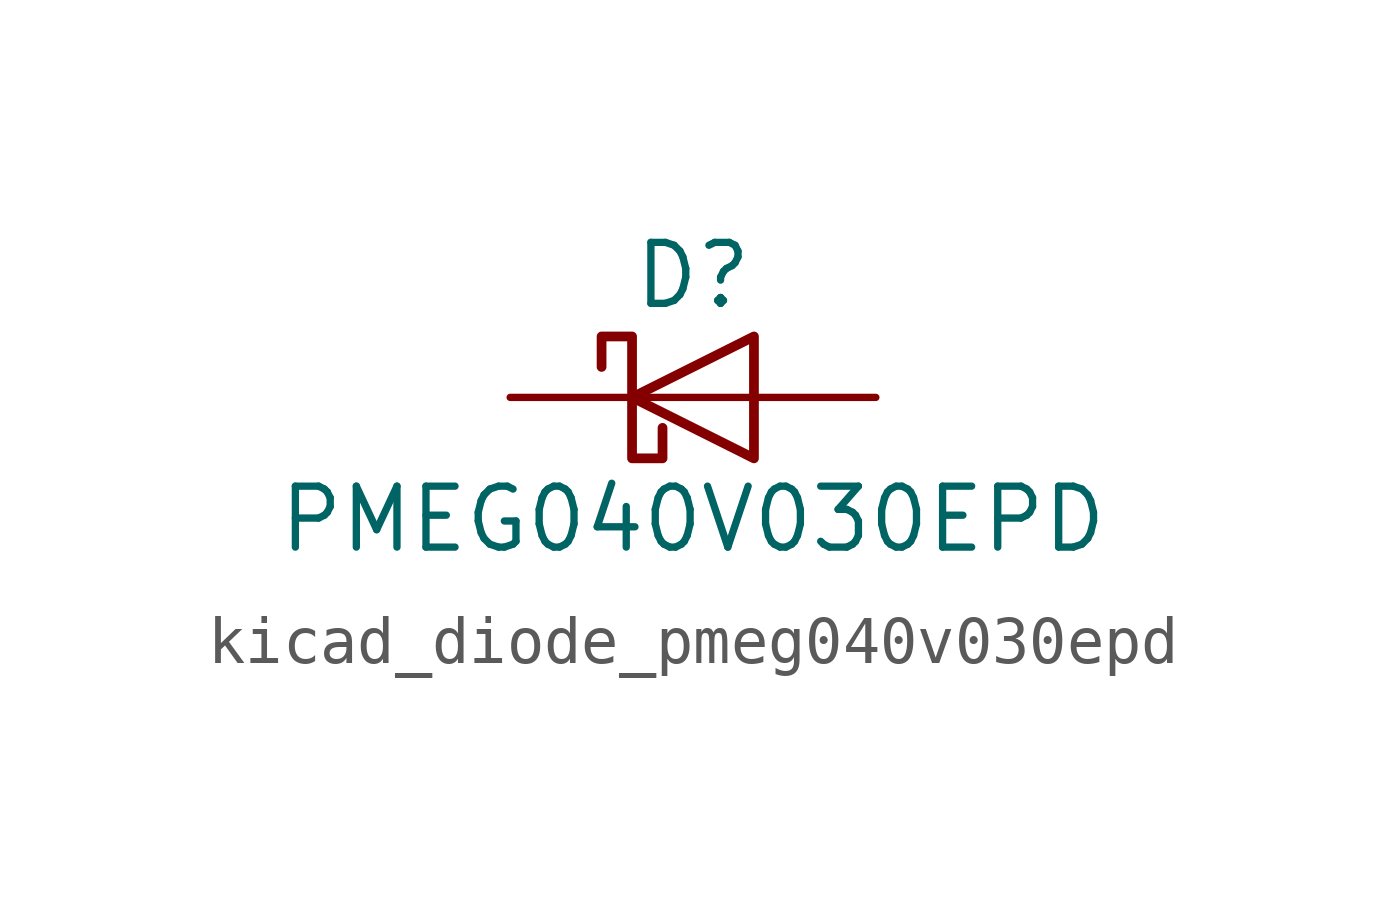
<source format=kicad_sym>
(kicad_symbol_lib
  (version 20220914)
  (generator kicad_symbol_editor)
  (symbol "kicad_diode_pmeg040v030epd"
    (pin_numbers hide)
    (pin_names hide)
    (property "Reference" "D"
      (at 0 2.54 0)
      (effects (font (size 1.27 1.27))))
    (property "Value" "PMEG040V030EPD"
      (at 0 -2.54 0)
      (effects (font (size 1.27 1.27))))
    (symbol "kicad_diode_pmeg040v030epd_0_1"
      (polyline (pts (xy 1.27 0) (xy -1.27 0)) (stroke (width 0) (type default)) (fill (type none)))
      (polyline (pts (xy 1.27 1.27) (xy 1.27 -1.27) (xy -1.27 0) (xy 1.27 1.27)) (stroke (width 0.203) (type default)) (fill (type none)))
      (polyline (pts (xy -1.905 0.635) (xy -1.905 1.27) (xy -1.27 1.27) (xy -1.27 -1.27) (xy -0.635 -1.27) (xy -0.635 -0.635)) (stroke (width 0.203) (type default)) (fill (type none))))
    (symbol "kicad_diode_pmeg040v030epd_1_1"
      (pin passive line (at 3.81 0 180) (length 2.54) (name "A" (effects (font (size 1.27 1.27)))) (number "1" (effects (font (size 1.27 1.27)))))
      (pin passive line (at 3.81 0 180) (length 2.54) hide (name "A" (effects (font (size 1.27 1.27)))) (number "2" (effects (font (size 1.27 1.27)))))
      (pin passive line (at -3.81 0 0) (length 2.54) (name "K" (effects (font (size 1.27 1.27)))) (number "3" (effects (font (size 1.27 1.27))))))))
</source>
